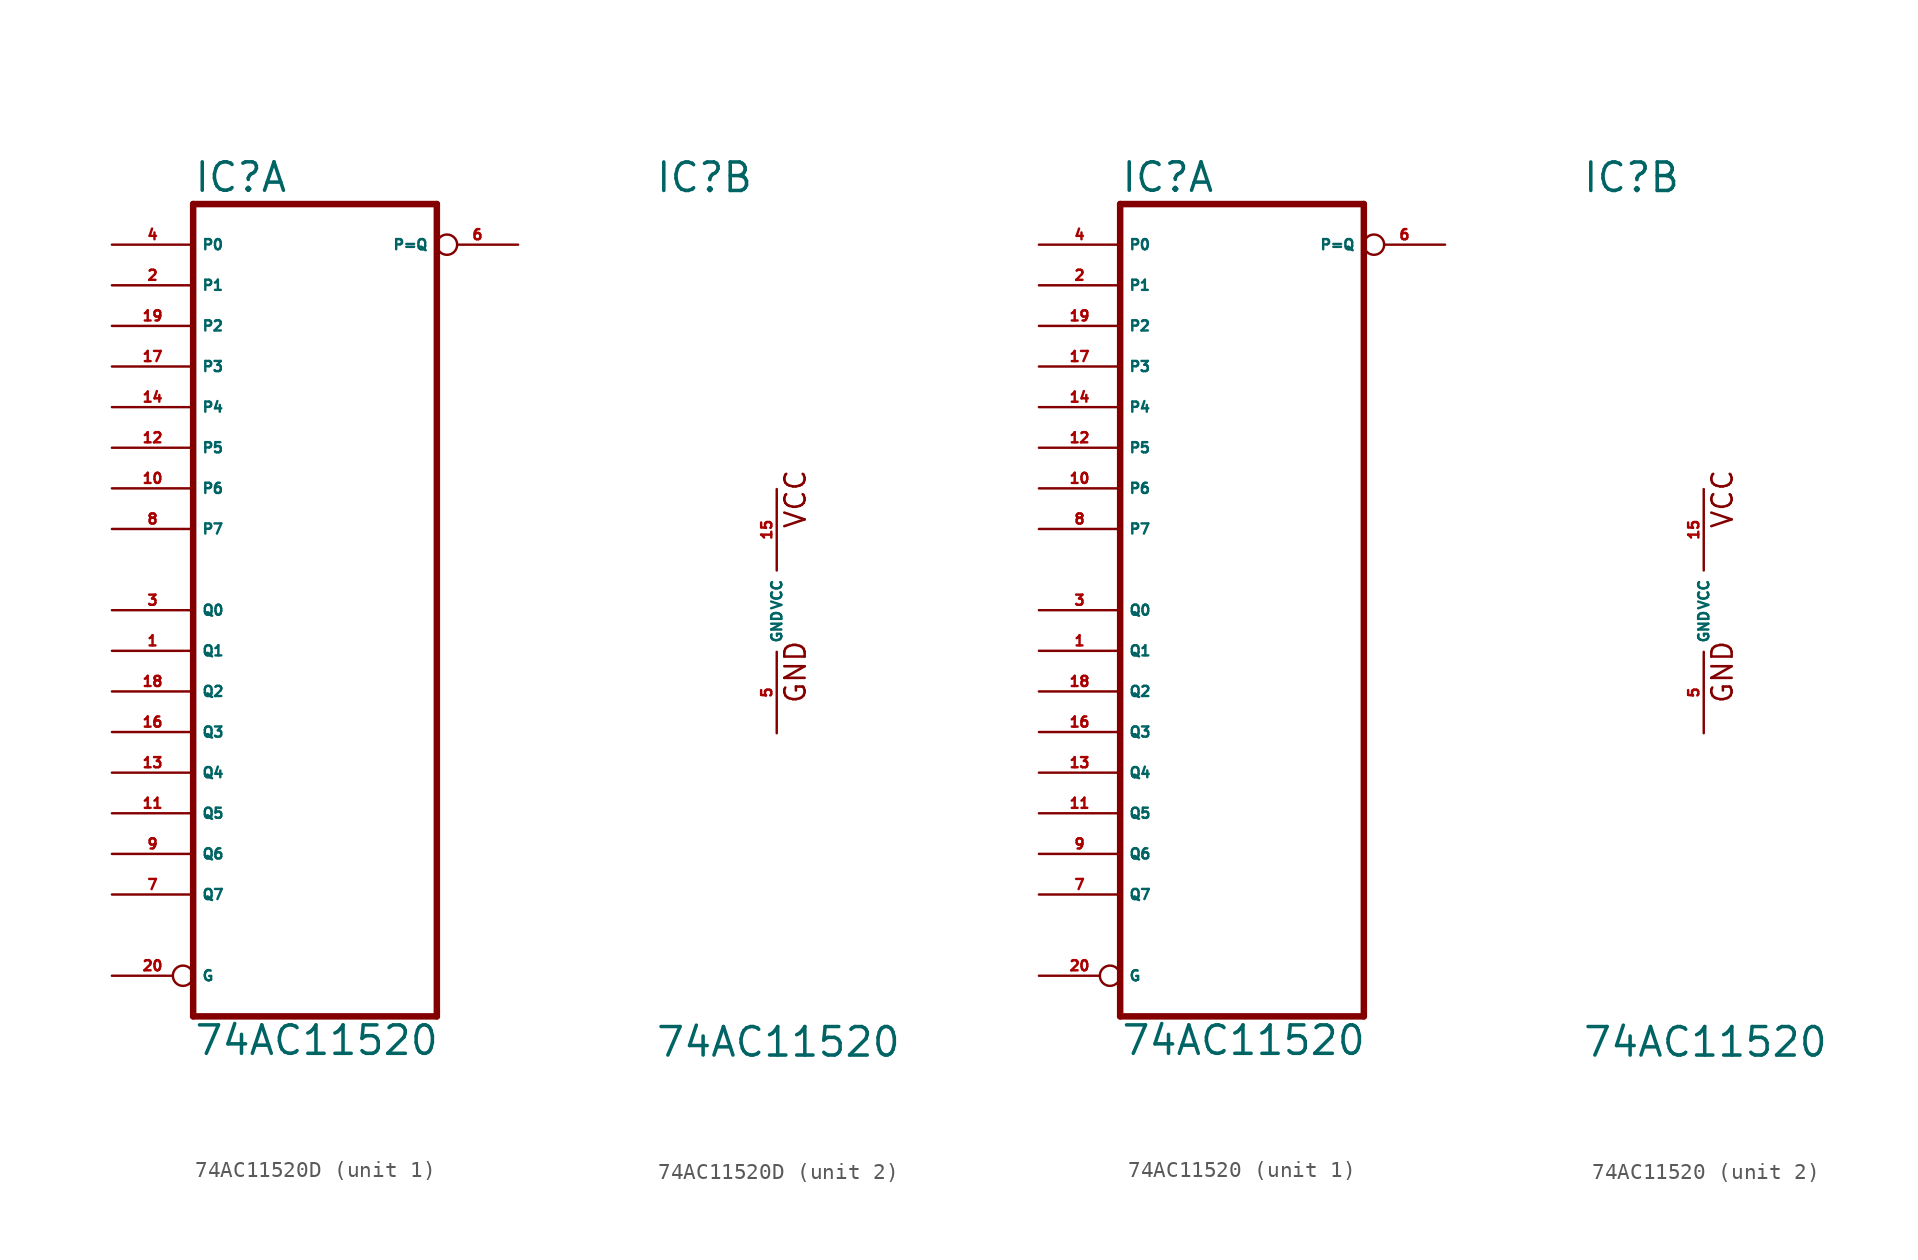
<source format=kicad_sym>
(kicad_symbol_lib
  (version 20220914)
  (generator Eagle2Kicad)
  (symbol "74AC11520D"
    (property "Reference" "IC"
      (at -7.62 26.035 0)
      (effects (font (size 1.778 1.778) (thickness 0.22)) (justify left bottom)))
    (property "Value" "74AC11520"
      (at -7.62 -27.94 0)
      (effects (font (size 1.778 1.778) (thickness 0.22)) (justify left bottom)))
    (symbol "74AC11520D_1_0"
      (polyline (pts (xy -7.62 -25.4) (xy 7.62 -25.4)) (stroke (width 0.406) (type default)) (fill (type none)))
      (polyline (pts (xy 7.62 -25.4) (xy 7.62 25.4)) (stroke (width 0.406) (type default)) (fill (type none)))
      (polyline (pts (xy 7.62 25.4) (xy -7.62 25.4)) (stroke (width 0.406) (type default)) (fill (type none)))
      (polyline (pts (xy -7.62 25.4) (xy -7.62 -25.4)) (stroke (width 0.406) (type default)) (fill (type none)))
      (pin input line (at -12.7 -2.54 0) (length 5.08) (name "Q1" (effects (font (size 0.635 0.635) (thickness 0.08)) (justify left bottom))) (number "1" (effects (font (size 0.635 0.635) (thickness 0.08)) (justify left bottom))))
      (pin input line (at -12.7 20.32 0) (length 5.08) (name "P1" (effects (font (size 0.635 0.635) (thickness 0.08)) (justify left bottom))) (number "2" (effects (font (size 0.635 0.635) (thickness 0.08)) (justify left bottom))))
      (pin input line (at -12.7 0 0) (length 5.08) (name "Q0" (effects (font (size 0.635 0.635) (thickness 0.08)) (justify left bottom))) (number "3" (effects (font (size 0.635 0.635) (thickness 0.08)) (justify left bottom))))
      (pin input line (at -12.7 22.86 0) (length 5.08) (name "P0" (effects (font (size 0.635 0.635) (thickness 0.08)) (justify left bottom))) (number "4" (effects (font (size 0.635 0.635) (thickness 0.08)) (justify left bottom))))
      (pin output inverted (at 12.7 22.86 180) (length 5.08) (name "P=Q" (effects (font (size 0.635 0.635) (thickness 0.08)) (justify left bottom))) (number "6" (effects (font (size 0.635 0.635) (thickness 0.08)) (justify left bottom))))
      (pin input line (at -12.7 -17.78 0) (length 5.08) (name "Q7" (effects (font (size 0.635 0.635) (thickness 0.08)) (justify left bottom))) (number "7" (effects (font (size 0.635 0.635) (thickness 0.08)) (justify left bottom))))
      (pin input line (at -12.7 5.08 0) (length 5.08) (name "P7" (effects (font (size 0.635 0.635) (thickness 0.08)) (justify left bottom))) (number "8" (effects (font (size 0.635 0.635) (thickness 0.08)) (justify left bottom))))
      (pin input line (at -12.7 -15.24 0) (length 5.08) (name "Q6" (effects (font (size 0.635 0.635) (thickness 0.08)) (justify left bottom))) (number "9" (effects (font (size 0.635 0.635) (thickness 0.08)) (justify left bottom))))
      (pin input line (at -12.7 7.62 0) (length 5.08) (name "P6" (effects (font (size 0.635 0.635) (thickness 0.08)) (justify left bottom))) (number "10" (effects (font (size 0.635 0.635) (thickness 0.08)) (justify left bottom))))
      (pin input line (at -12.7 -12.7 0) (length 5.08) (name "Q5" (effects (font (size 0.635 0.635) (thickness 0.08)) (justify left bottom))) (number "11" (effects (font (size 0.635 0.635) (thickness 0.08)) (justify left bottom))))
      (pin input line (at -12.7 10.16 0) (length 5.08) (name "P5" (effects (font (size 0.635 0.635) (thickness 0.08)) (justify left bottom))) (number "12" (effects (font (size 0.635 0.635) (thickness 0.08)) (justify left bottom))))
      (pin input line (at -12.7 -10.16 0) (length 5.08) (name "Q4" (effects (font (size 0.635 0.635) (thickness 0.08)) (justify left bottom))) (number "13" (effects (font (size 0.635 0.635) (thickness 0.08)) (justify left bottom))))
      (pin input line (at -12.7 12.7 0) (length 5.08) (name "P4" (effects (font (size 0.635 0.635) (thickness 0.08)) (justify left bottom))) (number "14" (effects (font (size 0.635 0.635) (thickness 0.08)) (justify left bottom))))
      (pin input line (at -12.7 -7.62 0) (length 5.08) (name "Q3" (effects (font (size 0.635 0.635) (thickness 0.08)) (justify left bottom))) (number "16" (effects (font (size 0.635 0.635) (thickness 0.08)) (justify left bottom))))
      (pin input line (at -12.7 15.24 0) (length 5.08) (name "P3" (effects (font (size 0.635 0.635) (thickness 0.08)) (justify left bottom))) (number "17" (effects (font (size 0.635 0.635) (thickness 0.08)) (justify left bottom))))
      (pin input line (at -12.7 -5.08 0) (length 5.08) (name "Q2" (effects (font (size 0.635 0.635) (thickness 0.08)) (justify left bottom))) (number "18" (effects (font (size 0.635 0.635) (thickness 0.08)) (justify left bottom))))
      (pin input line (at -12.7 17.78 0) (length 5.08) (name "P2" (effects (font (size 0.635 0.635) (thickness 0.08)) (justify left bottom))) (number "19" (effects (font (size 0.635 0.635) (thickness 0.08)) (justify left bottom))))
      (pin input inverted (at -12.7 -22.86 0) (length 5.08) (name "G" (effects (font (size 0.635 0.635) (thickness 0.08)) (justify left bottom))) (number "20" (effects (font (size 0.635 0.635) (thickness 0.08)) (justify left bottom)))))
    (symbol "74AC11520D_2_0"
      (text "GND" (at 1.905 -5.842 900) (effects (font (size 1.27 1.27) (thickness 0.16)) (justify left bottom)))
      (text "VCC" (at 1.905 5.08 900) (effects (font (size 1.27 1.27) (thickness 0.16)) (justify left bottom)))
      (pin unspecified line (at 0 -7.62 90) (length 5.08) (name "GND" (effects (font (size 0.635 0.635) (thickness 0.08)) (justify left bottom))) (number "5" (effects (font (size 0.635 0.635) (thickness 0.08)) (justify left bottom))))
      (pin unspecified line (at 0 7.62 270) (length 5.08) (name "VCC" (effects (font (size 0.635 0.635) (thickness 0.08)) (justify left bottom))) (number "15" (effects (font (size 0.635 0.635) (thickness 0.08)) (justify left bottom))))))
  (symbol "74AC11520"
    (property "Reference" "IC"
      (at -7.62 26.035 0)
      (effects (font (size 1.778 1.778) (thickness 0.22)) (justify left bottom)))
    (property "Value" "74AC11520"
      (at -7.62 -27.94 0)
      (effects (font (size 1.778 1.778) (thickness 0.22)) (justify left bottom)))
    (symbol "74AC11520_1_0"
      (polyline (pts (xy -7.62 -25.4) (xy 7.62 -25.4)) (stroke (width 0.406) (type default)) (fill (type none)))
      (polyline (pts (xy 7.62 -25.4) (xy 7.62 25.4)) (stroke (width 0.406) (type default)) (fill (type none)))
      (polyline (pts (xy 7.62 25.4) (xy -7.62 25.4)) (stroke (width 0.406) (type default)) (fill (type none)))
      (polyline (pts (xy -7.62 25.4) (xy -7.62 -25.4)) (stroke (width 0.406) (type default)) (fill (type none)))
      (pin input line (at -12.7 -2.54 0) (length 5.08) (name "Q1" (effects (font (size 0.635 0.635) (thickness 0.08)) (justify left bottom))) (number "1" (effects (font (size 0.635 0.635) (thickness 0.08)) (justify left bottom))))
      (pin input line (at -12.7 20.32 0) (length 5.08) (name "P1" (effects (font (size 0.635 0.635) (thickness 0.08)) (justify left bottom))) (number "2" (effects (font (size 0.635 0.635) (thickness 0.08)) (justify left bottom))))
      (pin input line (at -12.7 0 0) (length 5.08) (name "Q0" (effects (font (size 0.635 0.635) (thickness 0.08)) (justify left bottom))) (number "3" (effects (font (size 0.635 0.635) (thickness 0.08)) (justify left bottom))))
      (pin input line (at -12.7 22.86 0) (length 5.08) (name "P0" (effects (font (size 0.635 0.635) (thickness 0.08)) (justify left bottom))) (number "4" (effects (font (size 0.635 0.635) (thickness 0.08)) (justify left bottom))))
      (pin output inverted (at 12.7 22.86 180) (length 5.08) (name "P=Q" (effects (font (size 0.635 0.635) (thickness 0.08)) (justify left bottom))) (number "6" (effects (font (size 0.635 0.635) (thickness 0.08)) (justify left bottom))))
      (pin input line (at -12.7 -17.78 0) (length 5.08) (name "Q7" (effects (font (size 0.635 0.635) (thickness 0.08)) (justify left bottom))) (number "7" (effects (font (size 0.635 0.635) (thickness 0.08)) (justify left bottom))))
      (pin input line (at -12.7 5.08 0) (length 5.08) (name "P7" (effects (font (size 0.635 0.635) (thickness 0.08)) (justify left bottom))) (number "8" (effects (font (size 0.635 0.635) (thickness 0.08)) (justify left bottom))))
      (pin input line (at -12.7 -15.24 0) (length 5.08) (name "Q6" (effects (font (size 0.635 0.635) (thickness 0.08)) (justify left bottom))) (number "9" (effects (font (size 0.635 0.635) (thickness 0.08)) (justify left bottom))))
      (pin input line (at -12.7 7.62 0) (length 5.08) (name "P6" (effects (font (size 0.635 0.635) (thickness 0.08)) (justify left bottom))) (number "10" (effects (font (size 0.635 0.635) (thickness 0.08)) (justify left bottom))))
      (pin input line (at -12.7 -12.7 0) (length 5.08) (name "Q5" (effects (font (size 0.635 0.635) (thickness 0.08)) (justify left bottom))) (number "11" (effects (font (size 0.635 0.635) (thickness 0.08)) (justify left bottom))))
      (pin input line (at -12.7 10.16 0) (length 5.08) (name "P5" (effects (font (size 0.635 0.635) (thickness 0.08)) (justify left bottom))) (number "12" (effects (font (size 0.635 0.635) (thickness 0.08)) (justify left bottom))))
      (pin input line (at -12.7 -10.16 0) (length 5.08) (name "Q4" (effects (font (size 0.635 0.635) (thickness 0.08)) (justify left bottom))) (number "13" (effects (font (size 0.635 0.635) (thickness 0.08)) (justify left bottom))))
      (pin input line (at -12.7 12.7 0) (length 5.08) (name "P4" (effects (font (size 0.635 0.635) (thickness 0.08)) (justify left bottom))) (number "14" (effects (font (size 0.635 0.635) (thickness 0.08)) (justify left bottom))))
      (pin input line (at -12.7 -7.62 0) (length 5.08) (name "Q3" (effects (font (size 0.635 0.635) (thickness 0.08)) (justify left bottom))) (number "16" (effects (font (size 0.635 0.635) (thickness 0.08)) (justify left bottom))))
      (pin input line (at -12.7 15.24 0) (length 5.08) (name "P3" (effects (font (size 0.635 0.635) (thickness 0.08)) (justify left bottom))) (number "17" (effects (font (size 0.635 0.635) (thickness 0.08)) (justify left bottom))))
      (pin input line (at -12.7 -5.08 0) (length 5.08) (name "Q2" (effects (font (size 0.635 0.635) (thickness 0.08)) (justify left bottom))) (number "18" (effects (font (size 0.635 0.635) (thickness 0.08)) (justify left bottom))))
      (pin input line (at -12.7 17.78 0) (length 5.08) (name "P2" (effects (font (size 0.635 0.635) (thickness 0.08)) (justify left bottom))) (number "19" (effects (font (size 0.635 0.635) (thickness 0.08)) (justify left bottom))))
      (pin input inverted (at -12.7 -22.86 0) (length 5.08) (name "G" (effects (font (size 0.635 0.635) (thickness 0.08)) (justify left bottom))) (number "20" (effects (font (size 0.635 0.635) (thickness 0.08)) (justify left bottom)))))
    (symbol "74AC11520_2_0"
      (text "GND" (at 1.905 -5.842 900) (effects (font (size 1.27 1.27) (thickness 0.16)) (justify left bottom)))
      (text "VCC" (at 1.905 5.08 900) (effects (font (size 1.27 1.27) (thickness 0.16)) (justify left bottom)))
      (pin unspecified line (at 0 -7.62 90) (length 5.08) (name "GND" (effects (font (size 0.635 0.635) (thickness 0.08)) (justify left bottom))) (number "5" (effects (font (size 0.635 0.635) (thickness 0.08)) (justify left bottom))))
      (pin unspecified line (at 0 7.62 270) (length 5.08) (name "VCC" (effects (font (size 0.635 0.635) (thickness 0.08)) (justify left bottom))) (number "15" (effects (font (size 0.635 0.635) (thickness 0.08)) (justify left bottom)))))))
</source>
